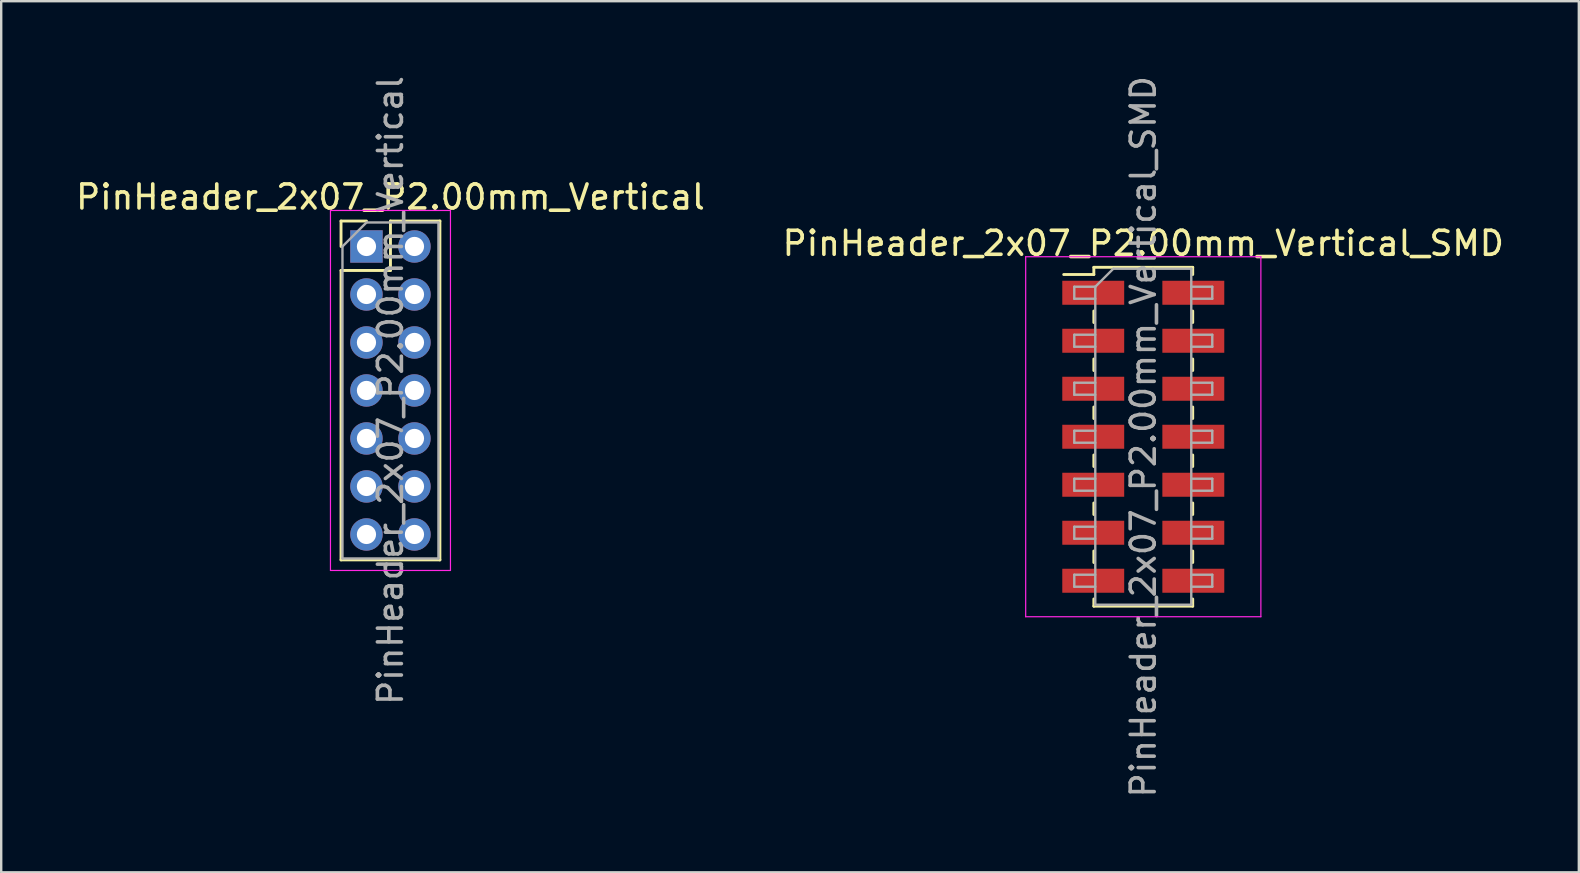
<source format=kicad_pcb>
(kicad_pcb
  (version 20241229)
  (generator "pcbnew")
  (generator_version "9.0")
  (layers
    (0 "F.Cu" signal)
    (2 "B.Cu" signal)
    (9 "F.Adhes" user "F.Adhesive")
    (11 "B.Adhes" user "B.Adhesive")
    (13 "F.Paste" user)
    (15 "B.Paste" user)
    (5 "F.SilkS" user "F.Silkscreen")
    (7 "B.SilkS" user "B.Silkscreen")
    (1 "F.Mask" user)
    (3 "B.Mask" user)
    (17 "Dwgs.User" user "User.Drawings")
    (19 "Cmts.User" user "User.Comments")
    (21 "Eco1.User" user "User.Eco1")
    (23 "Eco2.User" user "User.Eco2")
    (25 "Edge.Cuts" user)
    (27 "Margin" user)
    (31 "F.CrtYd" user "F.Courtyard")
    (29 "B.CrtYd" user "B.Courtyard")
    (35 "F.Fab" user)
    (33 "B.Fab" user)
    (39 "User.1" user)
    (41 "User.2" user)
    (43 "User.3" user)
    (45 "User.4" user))
  (footprint "PinHeader_2x07_P2.00mm_Vertical"
    (layer "F.Cu")
    (at 12.22 7.22)
    (property "Reference" "PinHeader_2x07_P2.00mm_Vertical" (at 1 -2.06 0) (layer "F.SilkS") (effects (font (size 1 1) (thickness 0.15))))
    (attr through_hole)
    (fp_line (start -1.06 -1.06) (end 0 -1.06) (stroke (width 0.12) (type solid)) (layer "F.SilkS"))
    (fp_line (start -1.06 0) (end -1.06 -1.06) (stroke (width 0.12) (type solid)) (layer "F.SilkS"))
    (fp_line (start -1.06 1) (end -1.06 13.06) (stroke (width 0.12) (type solid)) (layer "F.SilkS"))
    (fp_line (start -1.06 1) (end 1 1) (stroke (width 0.12) (type solid)) (layer "F.SilkS"))
    (fp_line (start -1.06 13.06) (end 3.06 13.06) (stroke (width 0.12) (type solid)) (layer "F.SilkS"))
    (fp_line (start 1 -1.06) (end 3.06 -1.06) (stroke (width 0.12) (type solid)) (layer "F.SilkS"))
    (fp_line (start 1 1) (end 1 -1.06) (stroke (width 0.12) (type solid)) (layer "F.SilkS"))
    (fp_line (start 3.06 -1.06) (end 3.06 13.06) (stroke (width 0.12) (type solid)) (layer "F.SilkS"))
    (fp_line (start -1.5 -1.5) (end -1.5 13.5) (stroke (width 0.05) (type solid)) (layer "F.CrtYd"))
    (fp_line (start -1.5 13.5) (end 3.5 13.5) (stroke (width 0.05) (type solid)) (layer "F.CrtYd"))
    (fp_line (start 3.5 -1.5) (end -1.5 -1.5) (stroke (width 0.05) (type solid)) (layer "F.CrtYd"))
    (fp_line (start 3.5 13.5) (end 3.5 -1.5) (stroke (width 0.05) (type solid)) (layer "F.CrtYd"))
    (fp_line (start -1 0) (end 0 -1) (stroke (width 0.1) (type solid)) (layer "F.Fab"))
    (fp_line (start -1 13) (end -1 0) (stroke (width 0.1) (type solid)) (layer "F.Fab"))
    (fp_line (start 0 -1) (end 3 -1) (stroke (width 0.1) (type solid)) (layer "F.Fab"))
    (fp_line (start 3 -1) (end 3 13) (stroke (width 0.1) (type solid)) (layer "F.Fab"))
    (fp_line (start 3 13) (end -1 13) (stroke (width 0.1) (type solid)) (layer "F.Fab"))
    (fp_text user "${REFERENCE}" (at 1 6 90) (layer "F.Fab") (effects (font (size 1 1) (thickness 0.15))))
    (pad "1" thru_hole rect (at 0 0) (size 1.35 1.35) (drill 0.8) (layers "*.Cu" "*.Mask"))
    (pad "2" thru_hole oval (at 2 0) (size 1.35 1.35) (drill 0.8) (layers "*.Cu" "*.Mask"))
    (pad "3" thru_hole oval (at 0 2) (size 1.35 1.35) (drill 0.8) (layers "*.Cu" "*.Mask"))
    (pad "4" thru_hole oval (at 2 2) (size 1.35 1.35) (drill 0.8) (layers "*.Cu" "*.Mask"))
    (pad "5" thru_hole oval (at 0 4) (size 1.35 1.35) (drill 0.8) (layers "*.Cu" "*.Mask"))
    (pad "6" thru_hole oval (at 2 4) (size 1.35 1.35) (drill 0.8) (layers "*.Cu" "*.Mask"))
    (pad "7" thru_hole oval (at 0 6) (size 1.35 1.35) (drill 0.8) (layers "*.Cu" "*.Mask"))
    (pad "8" thru_hole oval (at 2 6) (size 1.35 1.35) (drill 0.8) (layers "*.Cu" "*.Mask"))
    (pad "9" thru_hole oval (at 0 8) (size 1.35 1.35) (drill 0.8) (layers "*.Cu" "*.Mask"))
    (pad "10" thru_hole oval (at 2 8) (size 1.35 1.35) (drill 0.8) (layers "*.Cu" "*.Mask"))
    (pad "11" thru_hole oval (at 0 10) (size 1.35 1.35) (drill 0.8) (layers "*.Cu" "*.Mask"))
    (pad "12" thru_hole oval (at 2 10) (size 1.35 1.35) (drill 0.8) (layers "*.Cu" "*.Mask"))
    (pad "13" thru_hole oval (at 0 12) (size 1.35 1.35) (drill 0.8) (layers "*.Cu" "*.Mask"))
    (pad "14" thru_hole oval (at 2 12) (size 1.35 1.35) (drill 0.8) (layers "*.Cu" "*.Mask")))
  (footprint "PinHeader_2x07_P2.00mm_Vertical_SMD"
    (layer "F.Cu")
    (at 44.589 15.149)
    (property "Reference" "PinHeader_2x07_P2.00mm_Vertical_SMD" (at 0 -8.06 0) (layer "F.SilkS") (effects (font (size 1 1) (thickness 0.15))))
    (attr smd)
    (fp_line (start -3.315 -6.76) (end -2.06 -6.76) (stroke (width 0.12) (type solid)) (layer "F.SilkS"))
    (fp_line (start -2.06 -7.06) (end -2.06 -6.76) (stroke (width 0.12) (type solid)) (layer "F.SilkS"))
    (fp_line (start -2.06 -7.06) (end 2.06 -7.06) (stroke (width 0.12) (type solid)) (layer "F.SilkS"))
    (fp_line (start -2.06 -5.24) (end -2.06 -4.76) (stroke (width 0.12) (type solid)) (layer "F.SilkS"))
    (fp_line (start -2.06 -3.24) (end -2.06 -2.76) (stroke (width 0.12) (type solid)) (layer "F.SilkS"))
    (fp_line (start -2.06 -1.24) (end -2.06 -0.76) (stroke (width 0.12) (type solid)) (layer "F.SilkS"))
    (fp_line (start -2.06 0.76) (end -2.06 1.24) (stroke (width 0.12) (type solid)) (layer "F.SilkS"))
    (fp_line (start -2.06 2.76) (end -2.06 3.24) (stroke (width 0.12) (type solid)) (layer "F.SilkS"))
    (fp_line (start -2.06 4.76) (end -2.06 5.24) (stroke (width 0.12) (type solid)) (layer "F.SilkS"))
    (fp_line (start -2.06 6.76) (end -2.06 7.06) (stroke (width 0.12) (type solid)) (layer "F.SilkS"))
    (fp_line (start -2.06 7.06) (end 2.06 7.06) (stroke (width 0.12) (type solid)) (layer "F.SilkS"))
    (fp_line (start 2.06 -7.06) (end 2.06 -6.76) (stroke (width 0.12) (type solid)) (layer "F.SilkS"))
    (fp_line (start 2.06 -5.24) (end 2.06 -4.76) (stroke (width 0.12) (type solid)) (layer "F.SilkS"))
    (fp_line (start 2.06 -3.24) (end 2.06 -2.76) (stroke (width 0.12) (type solid)) (layer "F.SilkS"))
    (fp_line (start 2.06 -1.24) (end 2.06 -0.76) (stroke (width 0.12) (type solid)) (layer "F.SilkS"))
    (fp_line (start 2.06 0.76) (end 2.06 1.24) (stroke (width 0.12) (type solid)) (layer "F.SilkS"))
    (fp_line (start 2.06 2.76) (end 2.06 3.24) (stroke (width 0.12) (type solid)) (layer "F.SilkS"))
    (fp_line (start 2.06 4.76) (end 2.06 5.24) (stroke (width 0.12) (type solid)) (layer "F.SilkS"))
    (fp_line (start 2.06 6.76) (end 2.06 7.06) (stroke (width 0.12) (type solid)) (layer "F.SilkS"))
    (fp_line (start -4.9 -7.5) (end -4.9 7.5) (stroke (width 0.05) (type solid)) (layer "F.CrtYd"))
    (fp_line (start -4.9 7.5) (end 4.9 7.5) (stroke (width 0.05) (type solid)) (layer "F.CrtYd"))
    (fp_line (start 4.9 -7.5) (end -4.9 -7.5) (stroke (width 0.05) (type solid)) (layer "F.CrtYd"))
    (fp_line (start 4.9 7.5) (end 4.9 -7.5) (stroke (width 0.05) (type solid)) (layer "F.CrtYd"))
    (fp_line (start -2.875 -6.25) (end -2.875 -5.75) (stroke (width 0.1) (type solid)) (layer "F.Fab"))
    (fp_line (start -2.875 -5.75) (end -2 -5.75) (stroke (width 0.1) (type solid)) (layer "F.Fab"))
    (fp_line (start -2.875 -4.25) (end -2.875 -3.75) (stroke (width 0.1) (type solid)) (layer "F.Fab"))
    (fp_line (start -2.875 -3.75) (end -2 -3.75) (stroke (width 0.1) (type solid)) (layer "F.Fab"))
    (fp_line (start -2.875 -2.25) (end -2.875 -1.75) (stroke (width 0.1) (type solid)) (layer "F.Fab"))
    (fp_line (start -2.875 -1.75) (end -2 -1.75) (stroke (width 0.1) (type solid)) (layer "F.Fab"))
    (fp_line (start -2.875 -0.25) (end -2.875 0.25) (stroke (width 0.1) (type solid)) (layer "F.Fab"))
    (fp_line (start -2.875 0.25) (end -2 0.25) (stroke (width 0.1) (type solid)) (layer "F.Fab"))
    (fp_line (start -2.875 1.75) (end -2.875 2.25) (stroke (width 0.1) (type solid)) (layer "F.Fab"))
    (fp_line (start -2.875 2.25) (end -2 2.25) (stroke (width 0.1) (type solid)) (layer "F.Fab"))
    (fp_line (start -2.875 3.75) (end -2.875 4.25) (stroke (width 0.1) (type solid)) (layer "F.Fab"))
    (fp_line (start -2.875 4.25) (end -2 4.25) (stroke (width 0.1) (type solid)) (layer "F.Fab"))
    (fp_line (start -2.875 5.75) (end -2.875 6.25) (stroke (width 0.1) (type solid)) (layer "F.Fab"))
    (fp_line (start -2.875 6.25) (end -2 6.25) (stroke (width 0.1) (type solid)) (layer "F.Fab"))
    (fp_line (start -2 -6.25) (end -2.875 -6.25) (stroke (width 0.1) (type solid)) (layer "F.Fab"))
    (fp_line (start -2 -6.25) (end -1.25 -7) (stroke (width 0.1) (type solid)) (layer "F.Fab"))
    (fp_line (start -2 -4.25) (end -2.875 -4.25) (stroke (width 0.1) (type solid)) (layer "F.Fab"))
    (fp_line (start -2 -2.25) (end -2.875 -2.25) (stroke (width 0.1) (type solid)) (layer "F.Fab"))
    (fp_line (start -2 -0.25) (end -2.875 -0.25) (stroke (width 0.1) (type solid)) (layer "F.Fab"))
    (fp_line (start -2 1.75) (end -2.875 1.75) (stroke (width 0.1) (type solid)) (layer "F.Fab"))
    (fp_line (start -2 3.75) (end -2.875 3.75) (stroke (width 0.1) (type solid)) (layer "F.Fab"))
    (fp_line (start -2 5.75) (end -2.875 5.75) (stroke (width 0.1) (type solid)) (layer "F.Fab"))
    (fp_line (start -2 7) (end -2 -6.25) (stroke (width 0.1) (type solid)) (layer "F.Fab"))
    (fp_line (start -1.25 -7) (end 2 -7) (stroke (width 0.1) (type solid)) (layer "F.Fab"))
    (fp_line (start 2 -7) (end 2 7) (stroke (width 0.1) (type solid)) (layer "F.Fab"))
    (fp_line (start 2 -6.25) (end 2.875 -6.25) (stroke (width 0.1) (type solid)) (layer "F.Fab"))
    (fp_line (start 2 -4.25) (end 2.875 -4.25) (stroke (width 0.1) (type solid)) (layer "F.Fab"))
    (fp_line (start 2 -2.25) (end 2.875 -2.25) (stroke (width 0.1) (type solid)) (layer "F.Fab"))
    (fp_line (start 2 -0.25) (end 2.875 -0.25) (stroke (width 0.1) (type solid)) (layer "F.Fab"))
    (fp_line (start 2 1.75) (end 2.875 1.75) (stroke (width 0.1) (type solid)) (layer "F.Fab"))
    (fp_line (start 2 3.75) (end 2.875 3.75) (stroke (width 0.1) (type solid)) (layer "F.Fab"))
    (fp_line (start 2 5.75) (end 2.875 5.75) (stroke (width 0.1) (type solid)) (layer "F.Fab"))
    (fp_line (start 2 7) (end -2 7) (stroke (width 0.1) (type solid)) (layer "F.Fab"))
    (fp_line (start 2.875 -6.25) (end 2.875 -5.75) (stroke (width 0.1) (type solid)) (layer "F.Fab"))
    (fp_line (start 2.875 -5.75) (end 2 -5.75) (stroke (width 0.1) (type solid)) (layer "F.Fab"))
    (fp_line (start 2.875 -4.25) (end 2.875 -3.75) (stroke (width 0.1) (type solid)) (layer "F.Fab"))
    (fp_line (start 2.875 -3.75) (end 2 -3.75) (stroke (width 0.1) (type solid)) (layer "F.Fab"))
    (fp_line (start 2.875 -2.25) (end 2.875 -1.75) (stroke (width 0.1) (type solid)) (layer "F.Fab"))
    (fp_line (start 2.875 -1.75) (end 2 -1.75) (stroke (width 0.1) (type solid)) (layer "F.Fab"))
    (fp_line (start 2.875 -0.25) (end 2.875 0.25) (stroke (width 0.1) (type solid)) (layer "F.Fab"))
    (fp_line (start 2.875 0.25) (end 2 0.25) (stroke (width 0.1) (type solid)) (layer "F.Fab"))
    (fp_line (start 2.875 1.75) (end 2.875 2.25) (stroke (width 0.1) (type solid)) (layer "F.Fab"))
    (fp_line (start 2.875 2.25) (end 2 2.25) (stroke (width 0.1) (type solid)) (layer "F.Fab"))
    (fp_line (start 2.875 3.75) (end 2.875 4.25) (stroke (width 0.1) (type solid)) (layer "F.Fab"))
    (fp_line (start 2.875 4.25) (end 2 4.25) (stroke (width 0.1) (type solid)) (layer "F.Fab"))
    (fp_line (start 2.875 5.75) (end 2.875 6.25) (stroke (width 0.1) (type solid)) (layer "F.Fab"))
    (fp_line (start 2.875 6.25) (end 2 6.25) (stroke (width 0.1) (type solid)) (layer "F.Fab"))
    (fp_text user "${REFERENCE}" (at 0 0 90) (layer "F.Fab") (effects (font (size 1 1) (thickness 0.15))))
    (pad "1" smd rect (at -2.085 -6) (size 2.58 1) (layers "F.Cu" "F.Mask" "F.Paste"))
    (pad "2" smd rect (at 2.085 -6) (size 2.58 1) (layers "F.Cu" "F.Mask" "F.Paste"))
    (pad "3" smd rect (at -2.085 -4) (size 2.58 1) (layers "F.Cu" "F.Mask" "F.Paste"))
    (pad "4" smd rect (at 2.085 -4) (size 2.58 1) (layers "F.Cu" "F.Mask" "F.Paste"))
    (pad "5" smd rect (at -2.085 -2) (size 2.58 1) (layers "F.Cu" "F.Mask" "F.Paste"))
    (pad "6" smd rect (at 2.085 -2) (size 2.58 1) (layers "F.Cu" "F.Mask" "F.Paste"))
    (pad "7" smd rect (at -2.085 0) (size 2.58 1) (layers "F.Cu" "F.Mask" "F.Paste"))
    (pad "8" smd rect (at 2.085 0) (size 2.58 1) (layers "F.Cu" "F.Mask" "F.Paste"))
    (pad "9" smd rect (at -2.085 2) (size 2.58 1) (layers "F.Cu" "F.Mask" "F.Paste"))
    (pad "10" smd rect (at 2.085 2) (size 2.58 1) (layers "F.Cu" "F.Mask" "F.Paste"))
    (pad "11" smd rect (at -2.085 4) (size 2.58 1) (layers "F.Cu" "F.Mask" "F.Paste"))
    (pad "12" smd rect (at 2.085 4) (size 2.58 1) (layers "F.Cu" "F.Mask" "F.Paste"))
    (pad "13" smd rect (at -2.085 6) (size 2.58 1) (layers "F.Cu" "F.Mask" "F.Paste"))
    (pad "14" smd rect (at 2.085 6) (size 2.58 1) (layers "F.Cu" "F.Mask" "F.Paste")))
  (gr_rect
    (start -3 -3)
    (end 62.738 33.298)
    (stroke (width 0.1) (type default))
    (fill no)
    (layer "Edge.Cuts")))
</source>
